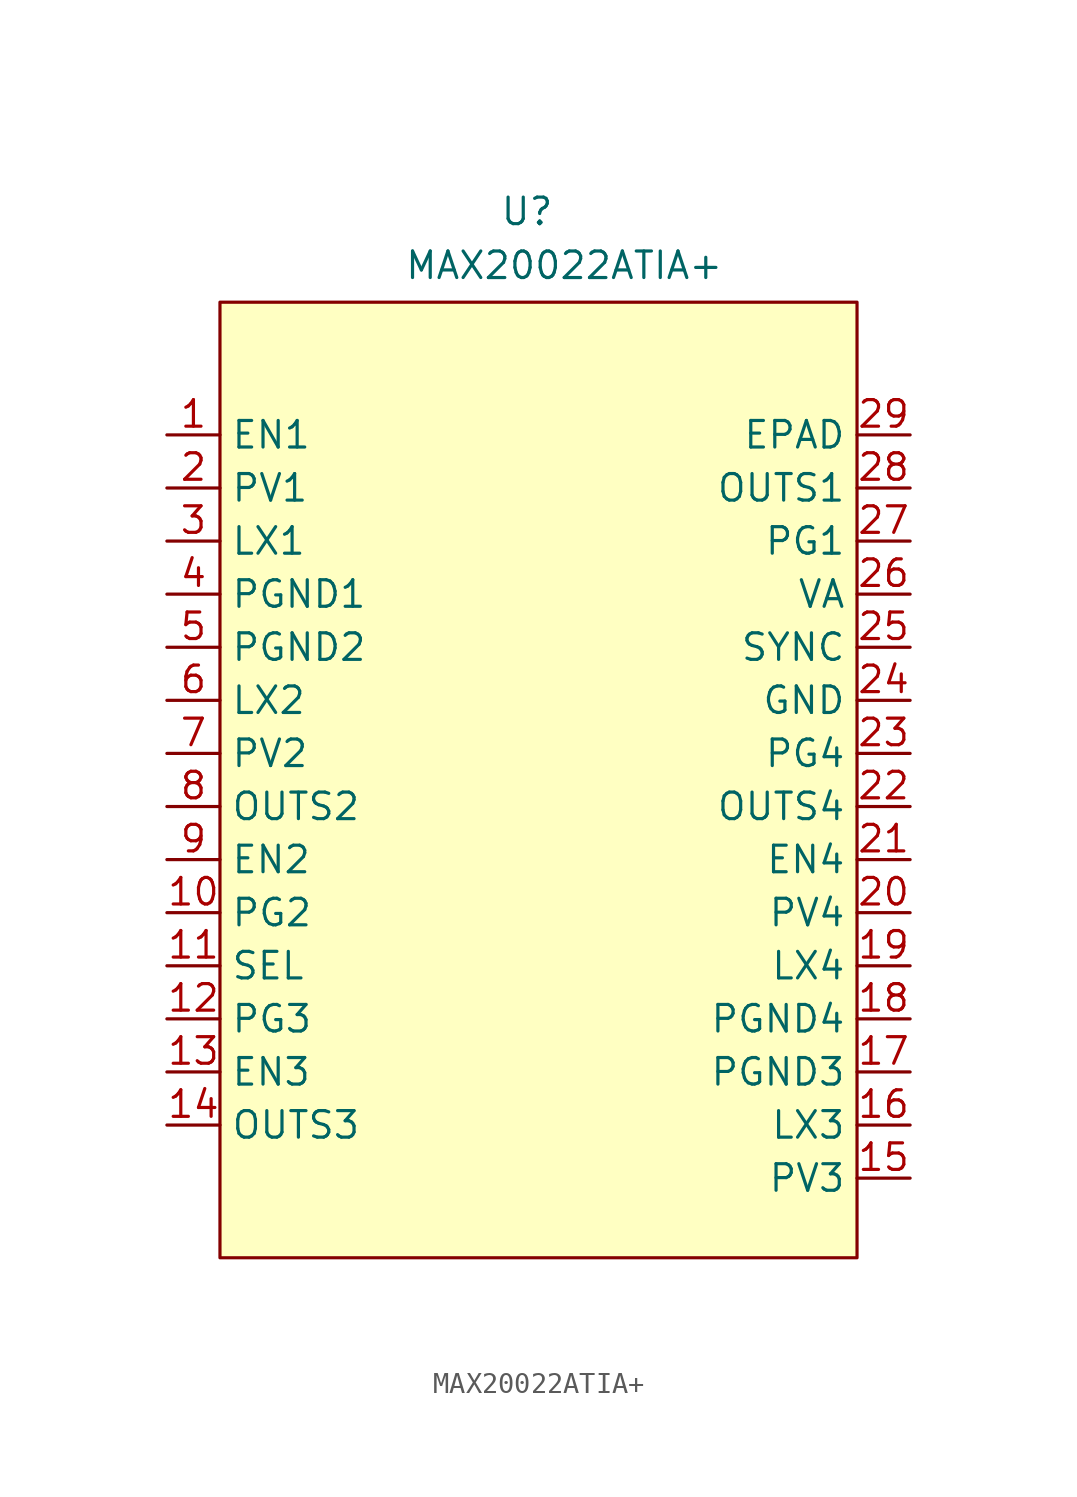
<source format=kicad_sym>
(kicad_symbol_lib
  (version 20231120)
  (generator "kicad_symbol_editor")
  (generator_version "8.0")
  (symbol "MAX20022ATIA+"
    (property "Reference" "U"
      (at 0.762 25.4 0)
      (effects (font (size 1.27 1.27)) (justify right top)))
    (property "Value" "MAX20022ATIA+"
      (at 8.89 21.336 0)
      (effects (font (size 1.27 1.27)) (justify right bottom)))
    (symbol "MAX20022ATIA+_1_1"
      (rectangle (start -15.24 20.32) (end 15.24 -25.4) (stroke (width 0) (type default)) (fill (type background)))
      (pin input line (at -17.78 13.97 0) (length 2.54) (name "EN1" (effects (font (size 1.27 1.27)))) (number "1" (effects (font (size 1.27 1.27)))))
      (pin output line (at -17.78 -8.89 0) (length 2.54) (name "PG2" (effects (font (size 1.27 1.27)))) (number "10" (effects (font (size 1.27 1.27)))))
      (pin bidirectional line (at -17.78 -11.43 0) (length 2.54) (name "SEL" (effects (font (size 1.27 1.27)))) (number "11" (effects (font (size 1.27 1.27)))))
      (pin output line (at -17.78 -13.97 0) (length 2.54) (name "PG3" (effects (font (size 1.27 1.27)))) (number "12" (effects (font (size 1.27 1.27)))))
      (pin input line (at -17.78 -16.51 0) (length 2.54) (name "EN3" (effects (font (size 1.27 1.27)))) (number "13" (effects (font (size 1.27 1.27)))))
      (pin output line (at -17.78 -19.05 0) (length 2.54) (name "OUTS3" (effects (font (size 1.27 1.27)))) (number "14" (effects (font (size 1.27 1.27)))))
      (pin input line (at 17.78 -21.59 180) (length 2.54) (name "PV3" (effects (font (size 1.27 1.27)))) (number "15" (effects (font (size 1.27 1.27)))))
      (pin unspecified line (at 17.78 -19.05 180) (length 2.54) (name "LX3" (effects (font (size 1.27 1.27)))) (number "16" (effects (font (size 1.27 1.27)))))
      (pin power_in line (at 17.78 -16.51 180) (length 2.54) (name "PGND3" (effects (font (size 1.27 1.27)))) (number "17" (effects (font (size 1.27 1.27)))))
      (pin power_in line (at 17.78 -13.97 180) (length 2.54) (name "PGND4" (effects (font (size 1.27 1.27)))) (number "18" (effects (font (size 1.27 1.27)))))
      (pin unspecified line (at 17.78 -11.43 180) (length 2.54) (name "LX4" (effects (font (size 1.27 1.27)))) (number "19" (effects (font (size 1.27 1.27)))))
      (pin input line (at -17.78 11.43 0) (length 2.54) (name "PV1" (effects (font (size 1.27 1.27)))) (number "2" (effects (font (size 1.27 1.27)))))
      (pin input line (at 17.78 -8.89 180) (length 2.54) (name "PV4" (effects (font (size 1.27 1.27)))) (number "20" (effects (font (size 1.27 1.27)))))
      (pin input line (at 17.78 -6.35 180) (length 2.54) (name "EN4" (effects (font (size 1.27 1.27)))) (number "21" (effects (font (size 1.27 1.27)))))
      (pin output line (at 17.78 -3.81 180) (length 2.54) (name "OUTS4" (effects (font (size 1.27 1.27)))) (number "22" (effects (font (size 1.27 1.27)))))
      (pin output line (at 17.78 -1.27 180) (length 2.54) (name "PG4" (effects (font (size 1.27 1.27)))) (number "23" (effects (font (size 1.27 1.27)))))
      (pin power_in line (at 17.78 1.27 180) (length 2.54) (name "GND" (effects (font (size 1.27 1.27)))) (number "24" (effects (font (size 1.27 1.27)))))
      (pin input line (at 17.78 3.81 180) (length 2.54) (name "SYNC" (effects (font (size 1.27 1.27)))) (number "25" (effects (font (size 1.27 1.27)))))
      (pin power_in line (at 17.78 6.35 180) (length 2.54) (name "VA" (effects (font (size 1.27 1.27)))) (number "26" (effects (font (size 1.27 1.27)))))
      (pin output line (at 17.78 8.89 180) (length 2.54) (name "PG1" (effects (font (size 1.27 1.27)))) (number "27" (effects (font (size 1.27 1.27)))))
      (pin output line (at 17.78 11.43 180) (length 2.54) (name "OUTS1" (effects (font (size 1.27 1.27)))) (number "28" (effects (font (size 1.27 1.27)))))
      (pin unspecified line (at 17.78 13.97 180) (length 2.54) (name "EPAD" (effects (font (size 1.27 1.27)))) (number "29" (effects (font (size 1.27 1.27)))))
      (pin unspecified line (at -17.78 8.89 0) (length 2.54) (name "LX1" (effects (font (size 1.27 1.27)))) (number "3" (effects (font (size 1.27 1.27)))))
      (pin power_in line (at -17.78 6.35 0) (length 2.54) (name "PGND1" (effects (font (size 1.27 1.27)))) (number "4" (effects (font (size 1.27 1.27)))))
      (pin power_in line (at -17.78 3.81 0) (length 2.54) (name "PGND2" (effects (font (size 1.27 1.27)))) (number "5" (effects (font (size 1.27 1.27)))))
      (pin unspecified line (at -17.78 1.27 0) (length 2.54) (name "LX2" (effects (font (size 1.27 1.27)))) (number "6" (effects (font (size 1.27 1.27)))))
      (pin input line (at -17.78 -1.27 0) (length 2.54) (name "PV2" (effects (font (size 1.27 1.27)))) (number "7" (effects (font (size 1.27 1.27)))))
      (pin output line (at -17.78 -3.81 0) (length 2.54) (name "OUTS2" (effects (font (size 1.27 1.27)))) (number "8" (effects (font (size 1.27 1.27)))))
      (pin input line (at -17.78 -6.35 0) (length 2.54) (name "EN2" (effects (font (size 1.27 1.27)))) (number "9" (effects (font (size 1.27 1.27))))))))
</source>
